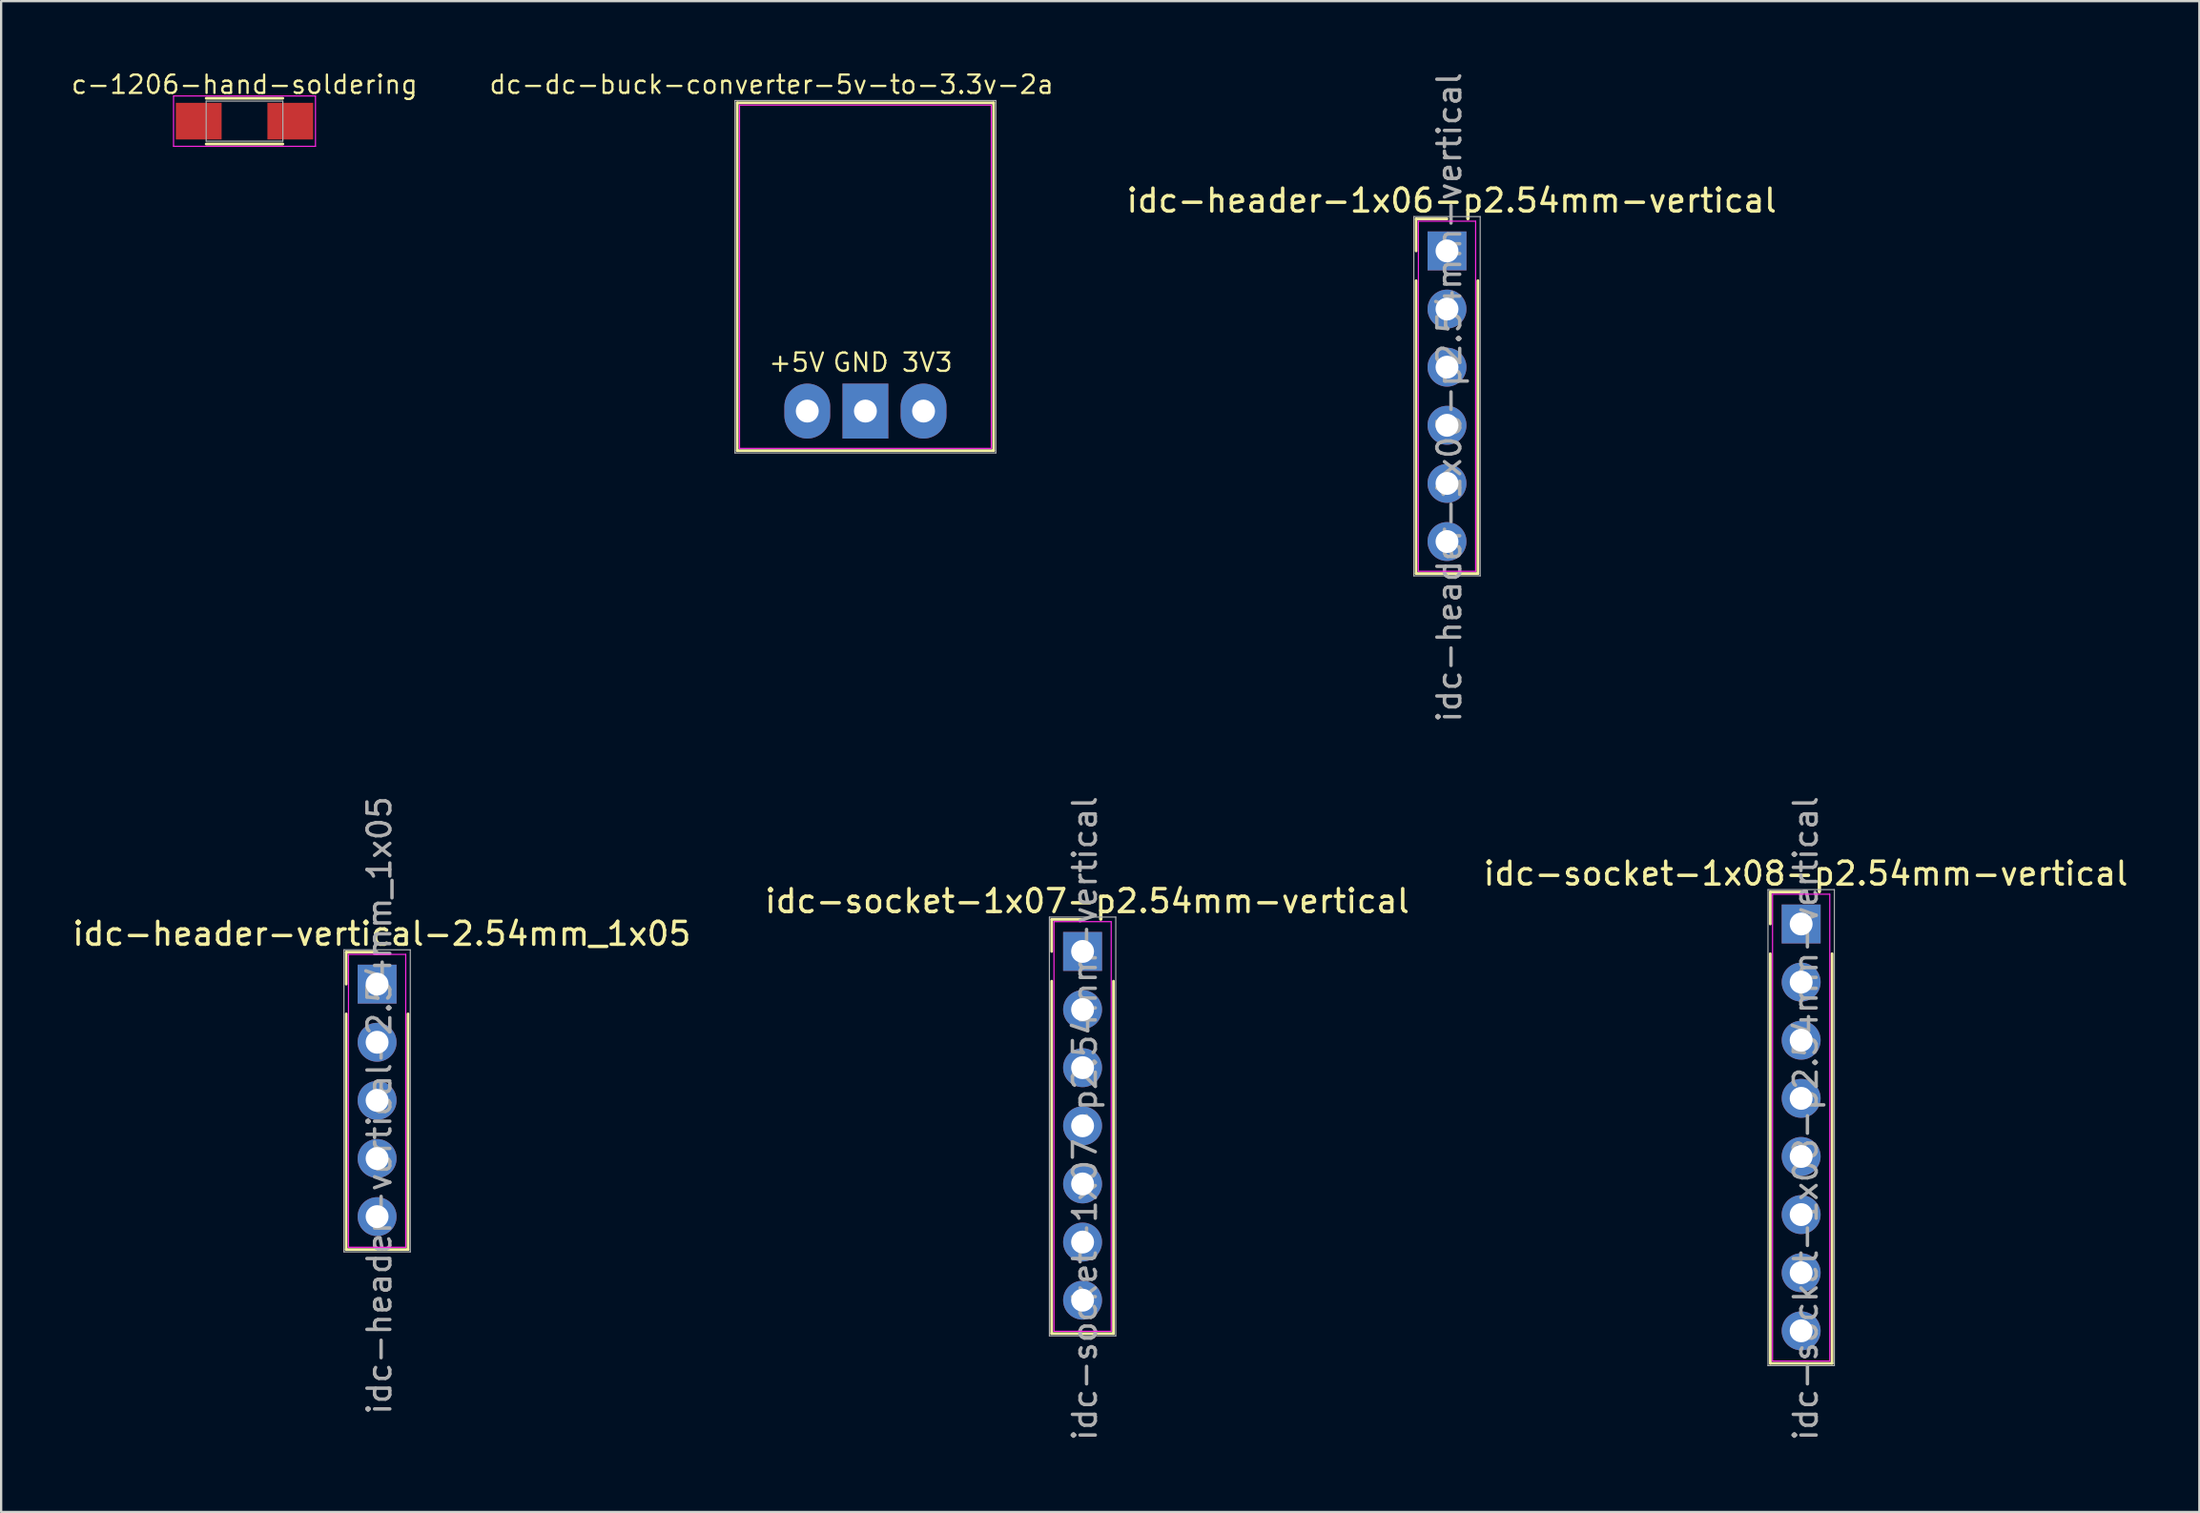
<source format=kicad_pcb>
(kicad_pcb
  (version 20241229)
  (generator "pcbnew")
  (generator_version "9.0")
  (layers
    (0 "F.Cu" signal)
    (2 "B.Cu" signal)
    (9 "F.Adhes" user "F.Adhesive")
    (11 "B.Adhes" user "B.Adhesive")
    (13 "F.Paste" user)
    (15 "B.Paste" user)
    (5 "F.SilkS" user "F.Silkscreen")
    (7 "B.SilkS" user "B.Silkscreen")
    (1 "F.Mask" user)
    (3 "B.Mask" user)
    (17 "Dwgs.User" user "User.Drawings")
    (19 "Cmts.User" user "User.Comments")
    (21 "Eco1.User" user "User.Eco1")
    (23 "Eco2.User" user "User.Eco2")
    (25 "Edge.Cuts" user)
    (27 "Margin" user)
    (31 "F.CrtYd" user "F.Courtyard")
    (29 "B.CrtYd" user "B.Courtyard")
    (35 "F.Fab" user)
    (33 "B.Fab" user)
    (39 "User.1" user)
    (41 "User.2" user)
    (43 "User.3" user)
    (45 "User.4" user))
  (footprint "idc-socket-1x08-p2.54mm-vertical"
    (layer "F.Cu")
    (at 75.639 37.327)
    (property "Reference" "idc-socket-1x08-p2.54mm-vertical" (at 0.2 -2.2 0) (layer "F.SilkS") (effects (font (size 1 1) (thickness 0.15))))
    (attr through_hole)
    (fp_line (start -1.35 -1.4) (end 0 -1.4) (stroke (width 0.12) (type solid)) (layer "F.SilkS"))
    (fp_line (start -1.35 0) (end -1.35 -1.4) (stroke (width 0.12) (type solid)) (layer "F.SilkS"))
    (fp_line (start -1.35 1.3) (end -1.35 19.2) (stroke (width 0.12) (type solid)) (layer "F.SilkS"))
    (fp_line (start -1.35 19.2) (end 1.35 19.2) (stroke (width 0.12) (type solid)) (layer "F.SilkS"))
    (fp_line (start 1.35 1.3) (end 1.35 19.2) (stroke (width 0.12) (type solid)) (layer "F.SilkS"))
    (fp_line (start -1.25 -1.3) (end -1.25 19.1) (stroke (width 0.05) (type solid)) (layer "F.CrtYd"))
    (fp_line (start -1.25 19.1) (end 1.25 19.1) (stroke (width 0.05) (type solid)) (layer "F.CrtYd"))
    (fp_line (start 1.25 -1.3) (end -1.25 -1.3) (stroke (width 0.05) (type solid)) (layer "F.CrtYd"))
    (fp_line (start 1.25 19.1) (end 1.25 -1.3) (stroke (width 0.05) (type solid)) (layer "F.CrtYd"))
    (fp_line (start -1.45 -1.5) (end -1.45 19.3) (stroke (width 0.05) (type solid)) (layer "F.Fab"))
    (fp_line (start -1.45 19.3) (end 1.45 19.3) (stroke (width 0.05) (type solid)) (layer "F.Fab"))
    (fp_line (start 1.45 -1.5) (end -1.45 -1.5) (stroke (width 0.05) (type solid)) (layer "F.Fab"))
    (fp_line (start 1.45 19.3) (end 1.45 -1.5) (stroke (width 0.05) (type solid)) (layer "F.Fab"))
    (fp_text user "${REFERENCE}" (at 0.2 8.5 90) (layer "F.Fab") (effects (font (size 1 1) (thickness 0.15))))
    (pad "1" thru_hole rect (at 0 0) (size 1.7 1.7) (drill 1) (layers "*.Cu" "*.Mask"))
    (pad "2" thru_hole oval (at 0 2.54) (size 1.7 1.7) (drill 1) (layers "*.Cu" "*.Mask"))
    (pad "3" thru_hole oval (at 0 5.08) (size 1.7 1.7) (drill 1) (layers "*.Cu" "*.Mask"))
    (pad "4" thru_hole oval (at 0 7.62) (size 1.7 1.7) (drill 1) (layers "*.Cu" "*.Mask"))
    (pad "5" thru_hole oval (at 0 10.16) (size 1.7 1.7) (drill 1) (layers "*.Cu" "*.Mask"))
    (pad "6" thru_hole oval (at 0 12.7) (size 1.7 1.7) (drill 1) (layers "*.Cu" "*.Mask"))
    (pad "7" thru_hole oval (at 0 15.24) (size 1.7 1.7) (drill 1) (layers "*.Cu" "*.Mask"))
    (pad "8" thru_hole oval (at 0 17.78) (size 1.7 1.7) (drill 1) (layers "*.Cu" "*.Mask")))
  (footprint "c-1206-hand-soldering"
    (layer "F.Cu")
    (at 7.632 2.244)
    (property "Reference" "c-1206-hand-soldering" (at 0 -1.6 0) (layer "F.SilkS") (effects (font (size 0.8 0.8) (thickness 0.1))))
    (attr smd)
    (fp_line (start -1.675 -1) (end 1.675 -1) (stroke (width 0.12) (type solid)) (layer "F.SilkS"))
    (fp_line (start -1.675 1) (end 1.675 1) (stroke (width 0.12) (type solid)) (layer "F.SilkS"))
    (fp_line (start -3.1 -1.1) (end -3.1 1.1) (stroke (width 0.05) (type solid)) (layer "F.CrtYd"))
    (fp_line (start -3.1 -1.1) (end 3.1 -1.1) (stroke (width 0.05) (type solid)) (layer "F.CrtYd"))
    (fp_line (start 3.1 1.1) (end -3.1 1.1) (stroke (width 0.05) (type solid)) (layer "F.CrtYd"))
    (fp_line (start 3.1 1.1) (end 3.1 -1.1) (stroke (width 0.05) (type solid)) (layer "F.CrtYd"))
    (fp_line (start -1.675 -0.875) (end 1.675 -0.875) (stroke (width 0.05) (type solid)) (layer "F.Fab"))
    (fp_line (start -1.675 0.875) (end -1.675 -0.875) (stroke (width 0.05) (type solid)) (layer "F.Fab"))
    (fp_line (start 1.675 -0.875) (end 1.675 0.875) (stroke (width 0.05) (type solid)) (layer "F.Fab"))
    (fp_line (start 1.675 0.875) (end -1.675 0.875) (stroke (width 0.05) (type solid)) (layer "F.Fab"))
    (pad "1" smd rect (at -2 0) (size 2 1.6) (layers "F.Cu" "F.Mask" "F.Paste"))
    (pad "2" smd rect (at 2 0) (size 2 1.6) (layers "F.Cu" "F.Mask" "F.Paste")))
  (footprint "dc-dc-buck-converter-5v-to-3.3v-2a"
    (layer "F.Cu")
    (at 34.758 14.914)
    (property "Reference" "dc-dc-buck-converter-5v-to-3.3v-2a" (at -4.1 -14.27 180) (layer "F.SilkS") (effects (font (size 0.8 0.8) (thickness 0.1))))
    (attr through_hole)
    (fp_line (start -5.6 -13.47) (end 5.6 -13.47) (stroke (width 0.12) (type solid)) (layer "F.SilkS"))
    (fp_line (start -5.6 1.73) (end -5.6 -13.47) (stroke (width 0.12) (type solid)) (layer "F.SilkS"))
    (fp_line (start 5.6 -13.47) (end 5.6 1.73) (stroke (width 0.12) (type solid)) (layer "F.SilkS"))
    (fp_line (start 5.6 1.73) (end -5.6 1.73) (stroke (width 0.12) (type solid)) (layer "F.SilkS"))
    (fp_line (start -5.5 -13.37) (end 5.5 -13.37) (stroke (width 0.05) (type solid)) (layer "F.CrtYd"))
    (fp_line (start -5.5 1.63) (end -5.5 -13.37) (stroke (width 0.05) (type solid)) (layer "F.CrtYd"))
    (fp_line (start 5.5 -13.37) (end 5.5 1.63) (stroke (width 0.05) (type solid)) (layer "F.CrtYd"))
    (fp_line (start 5.5 1.63) (end -5.5 1.63) (stroke (width 0.05) (type solid)) (layer "F.CrtYd"))
    (fp_line (start -5.7 -13.57) (end 5.7 -13.57) (stroke (width 0.05) (type solid)) (layer "F.Fab"))
    (fp_line (start -5.7 1.83) (end -5.7 -13.57) (stroke (width 0.05) (type solid)) (layer "F.Fab"))
    (fp_line (start 5.7 -13.57) (end 5.7 1.83) (stroke (width 0.05) (type solid)) (layer "F.Fab"))
    (fp_line (start 5.7 1.83) (end -5.7 1.83) (stroke (width 0.05) (type solid)) (layer "F.Fab"))
    (fp_text user "+5V" (at -3 -2.125 0) (layer "F.SilkS") (effects (font (size 0.8 0.8) (thickness 0.1))))
    (fp_text user "3V3" (at 2.7 -2.125 0) (layer "F.SilkS") (effects (font (size 0.8 0.8) (thickness 0.1))))
    (fp_text user "GND" (at -0.2 -2.125 0) (layer "F.SilkS") (effects (font (size 0.8 0.8) (thickness 0.1))))
    (pad "1" thru_hole oval (at -2.54 0) (size 2 2.4) (drill 1) (layers "*.Cu" "*.Mask"))
    (pad "2" thru_hole rect (at 0 0) (size 2 2.4) (drill 1) (layers "*.Cu" "*.Mask"))
    (pad "3" thru_hole oval (at 2.54 0) (size 2 2.4) (drill 1) (layers "*.Cu" "*.Mask")))
  (footprint "idc-header-1x06-p2.54mm-vertical"
    (layer "F.Cu")
    (at 60.167 7.915)
    (property "Reference" "idc-header-1x06-p2.54mm-vertical" (at 0.2 -2.2 0) (layer "F.SilkS") (effects (font (size 1 1) (thickness 0.15))))
    (attr through_hole)
    (fp_line (start -1.35 -1.4) (end 0 -1.4) (stroke (width 0.12) (type solid)) (layer "F.SilkS"))
    (fp_line (start -1.35 0) (end -1.35 -1.4) (stroke (width 0.12) (type solid)) (layer "F.SilkS"))
    (fp_line (start -1.35 1.3) (end -1.35 14.1) (stroke (width 0.12) (type solid)) (layer "F.SilkS"))
    (fp_line (start -1.35 14.1) (end 1.35 14.1) (stroke (width 0.12) (type solid)) (layer "F.SilkS"))
    (fp_line (start 1.35 1.3) (end 1.35 14.1) (stroke (width 0.12) (type solid)) (layer "F.SilkS"))
    (fp_line (start -1.25 -1.3) (end -1.25 14) (stroke (width 0.05) (type solid)) (layer "F.CrtYd"))
    (fp_line (start -1.25 14) (end 1.25 14) (stroke (width 0.05) (type solid)) (layer "F.CrtYd"))
    (fp_line (start 1.25 -1.3) (end -1.25 -1.3) (stroke (width 0.05) (type solid)) (layer "F.CrtYd"))
    (fp_line (start 1.25 14) (end 1.25 -1.3) (stroke (width 0.05) (type solid)) (layer "F.CrtYd"))
    (fp_line (start -1.45 -1.5) (end -1.45 14.2) (stroke (width 0.05) (type solid)) (layer "F.Fab"))
    (fp_line (start -1.45 14.2) (end 1.45 14.2) (stroke (width 0.05) (type solid)) (layer "F.Fab"))
    (fp_line (start 1.45 -1.5) (end -1.45 -1.5) (stroke (width 0.05) (type solid)) (layer "F.Fab"))
    (fp_line (start 1.45 14.2) (end 1.45 -1.5) (stroke (width 0.05) (type solid)) (layer "F.Fab"))
    (fp_text user "${REFERENCE}" (at 0.1 6.4 90) (layer "F.Fab") (effects (font (size 1 1) (thickness 0.15))))
    (pad "1" thru_hole rect (at 0 0) (size 1.7 1.7) (drill 1) (layers "*.Cu" "*.Mask"))
    (pad "2" thru_hole oval (at 0 2.54) (size 1.7 1.7) (drill 1) (layers "*.Cu" "*.Mask"))
    (pad "3" thru_hole oval (at 0 5.08) (size 1.7 1.7) (drill 1) (layers "*.Cu" "*.Mask"))
    (pad "4" thru_hole oval (at 0 7.62) (size 1.7 1.7) (drill 1) (layers "*.Cu" "*.Mask"))
    (pad "5" thru_hole oval (at 0 10.16) (size 1.7 1.7) (drill 1) (layers "*.Cu" "*.Mask"))
    (pad "6" thru_hole oval (at 0 12.7) (size 1.7 1.7) (drill 1) (layers "*.Cu" "*.Mask")))
  (footprint "idc-socket-1x07-p2.54mm-vertical"
    (layer "F.Cu")
    (at 44.246 38.527)
    (property "Reference" "idc-socket-1x07-p2.54mm-vertical" (at 0.2 -2.2 0) (layer "F.SilkS") (effects (font (size 1 1) (thickness 0.15))))
    (attr through_hole)
    (fp_line (start -1.35 -1.4) (end 0 -1.4) (stroke (width 0.12) (type solid)) (layer "F.SilkS"))
    (fp_line (start -1.35 0) (end -1.35 -1.4) (stroke (width 0.12) (type solid)) (layer "F.SilkS"))
    (fp_line (start -1.35 1.3) (end -1.35 16.7) (stroke (width 0.12) (type solid)) (layer "F.SilkS"))
    (fp_line (start -1.35 16.7) (end 1.35 16.7) (stroke (width 0.12) (type solid)) (layer "F.SilkS"))
    (fp_line (start 1.35 1.3) (end 1.35 16.7) (stroke (width 0.12) (type solid)) (layer "F.SilkS"))
    (fp_line (start -1.25 -1.3) (end -1.25 16.6) (stroke (width 0.05) (type solid)) (layer "F.CrtYd"))
    (fp_line (start -1.25 16.6) (end 1.25 16.6) (stroke (width 0.05) (type solid)) (layer "F.CrtYd"))
    (fp_line (start 1.25 -1.3) (end -1.25 -1.3) (stroke (width 0.05) (type solid)) (layer "F.CrtYd"))
    (fp_line (start 1.25 16.6) (end 1.25 -1.3) (stroke (width 0.05) (type solid)) (layer "F.CrtYd"))
    (fp_line (start -1.45 -1.5) (end -1.45 16.8) (stroke (width 0.05) (type solid)) (layer "F.Fab"))
    (fp_line (start -1.45 16.8) (end 1.45 16.8) (stroke (width 0.05) (type solid)) (layer "F.Fab"))
    (fp_line (start 1.45 -1.5) (end -1.45 -1.5) (stroke (width 0.05) (type solid)) (layer "F.Fab"))
    (fp_line (start 1.45 16.8) (end 1.45 -1.5) (stroke (width 0.05) (type solid)) (layer "F.Fab"))
    (fp_text user "${REFERENCE}" (at 0.1 7.3 90) (layer "F.Fab") (effects (font (size 1 1) (thickness 0.15))))
    (pad "1" thru_hole rect (at 0 0) (size 1.7 1.7) (drill 1) (layers "*.Cu" "*.Mask"))
    (pad "2" thru_hole oval (at 0 2.54) (size 1.7 1.7) (drill 1) (layers "*.Cu" "*.Mask"))
    (pad "3" thru_hole oval (at 0 5.08) (size 1.7 1.7) (drill 1) (layers "*.Cu" "*.Mask"))
    (pad "4" thru_hole oval (at 0 7.62) (size 1.7 1.7) (drill 1) (layers "*.Cu" "*.Mask"))
    (pad "5" thru_hole oval (at 0 10.16) (size 1.7 1.7) (drill 1) (layers "*.Cu" "*.Mask"))
    (pad "6" thru_hole oval (at 0 12.7) (size 1.7 1.7) (drill 1) (layers "*.Cu" "*.Mask"))
    (pad "7" thru_hole oval (at 0 15.24) (size 1.7 1.7) (drill 1) (layers "*.Cu" "*.Mask")))
  (footprint "idc-header-vertical-2.54mm_1x05"
    (layer "F.Cu")
    (at 13.425 39.956)
    (property "Reference" "idc-header-vertical-2.54mm_1x05" (at 0.2 -2.2 0) (layer "F.SilkS") (effects (font (size 1 1) (thickness 0.15))))
    (attr through_hole)
    (fp_line (start -1.35 -1.4) (end 0 -1.4) (stroke (width 0.12) (type solid)) (layer "F.SilkS"))
    (fp_line (start -1.35 0) (end -1.35 -1.4) (stroke (width 0.12) (type solid)) (layer "F.SilkS"))
    (fp_line (start -1.35 1.3) (end -1.35 11.6) (stroke (width 0.12) (type solid)) (layer "F.SilkS"))
    (fp_line (start -1.35 11.6) (end 1.35 11.6) (stroke (width 0.12) (type solid)) (layer "F.SilkS"))
    (fp_line (start 1.35 1.3) (end 1.35 11.6) (stroke (width 0.12) (type solid)) (layer "F.SilkS"))
    (fp_line (start -1.25 -1.3) (end -1.25 11.5) (stroke (width 0.05) (type solid)) (layer "F.CrtYd"))
    (fp_line (start -1.25 11.5) (end 1.25 11.5) (stroke (width 0.05) (type solid)) (layer "F.CrtYd"))
    (fp_line (start 1.25 -1.3) (end -1.25 -1.3) (stroke (width 0.05) (type solid)) (layer "F.CrtYd"))
    (fp_line (start 1.25 11.5) (end 1.25 -1.3) (stroke (width 0.05) (type solid)) (layer "F.CrtYd"))
    (fp_line (start -1.45 -1.5) (end -1.45 11.7) (stroke (width 0.05) (type solid)) (layer "F.Fab"))
    (fp_line (start -1.45 11.7) (end 1.45 11.7) (stroke (width 0.05) (type solid)) (layer "F.Fab"))
    (fp_line (start 1.45 -1.5) (end -1.45 -1.5) (stroke (width 0.05) (type solid)) (layer "F.Fab"))
    (fp_line (start 1.45 11.7) (end 1.45 -1.5) (stroke (width 0.05) (type solid)) (layer "F.Fab"))
    (fp_text user "${REFERENCE}" (at 0.1 5.3 90) (layer "F.Fab") (effects (font (size 1 1) (thickness 0.15))))
    (pad "1" thru_hole rect (at 0 0) (size 1.7 1.7) (drill 1) (layers "*.Cu" "*.Mask"))
    (pad "2" thru_hole oval (at 0 2.54) (size 1.7 1.7) (drill 1) (layers "*.Cu" "*.Mask"))
    (pad "3" thru_hole oval (at 0 5.08) (size 1.7 1.7) (drill 1) (layers "*.Cu" "*.Mask"))
    (pad "4" thru_hole oval (at 0 7.62) (size 1.7 1.7) (drill 1) (layers "*.Cu" "*.Mask"))
    (pad "5" thru_hole oval (at 0 10.16) (size 1.7 1.7) (drill 1) (layers "*.Cu" "*.Mask")))
  (gr_rect
    (start -3 -3)
    (end 93.036 63.024)
    (stroke (width 0.1) (type default))
    (fill no)
    (layer "Edge.Cuts")))
</source>
